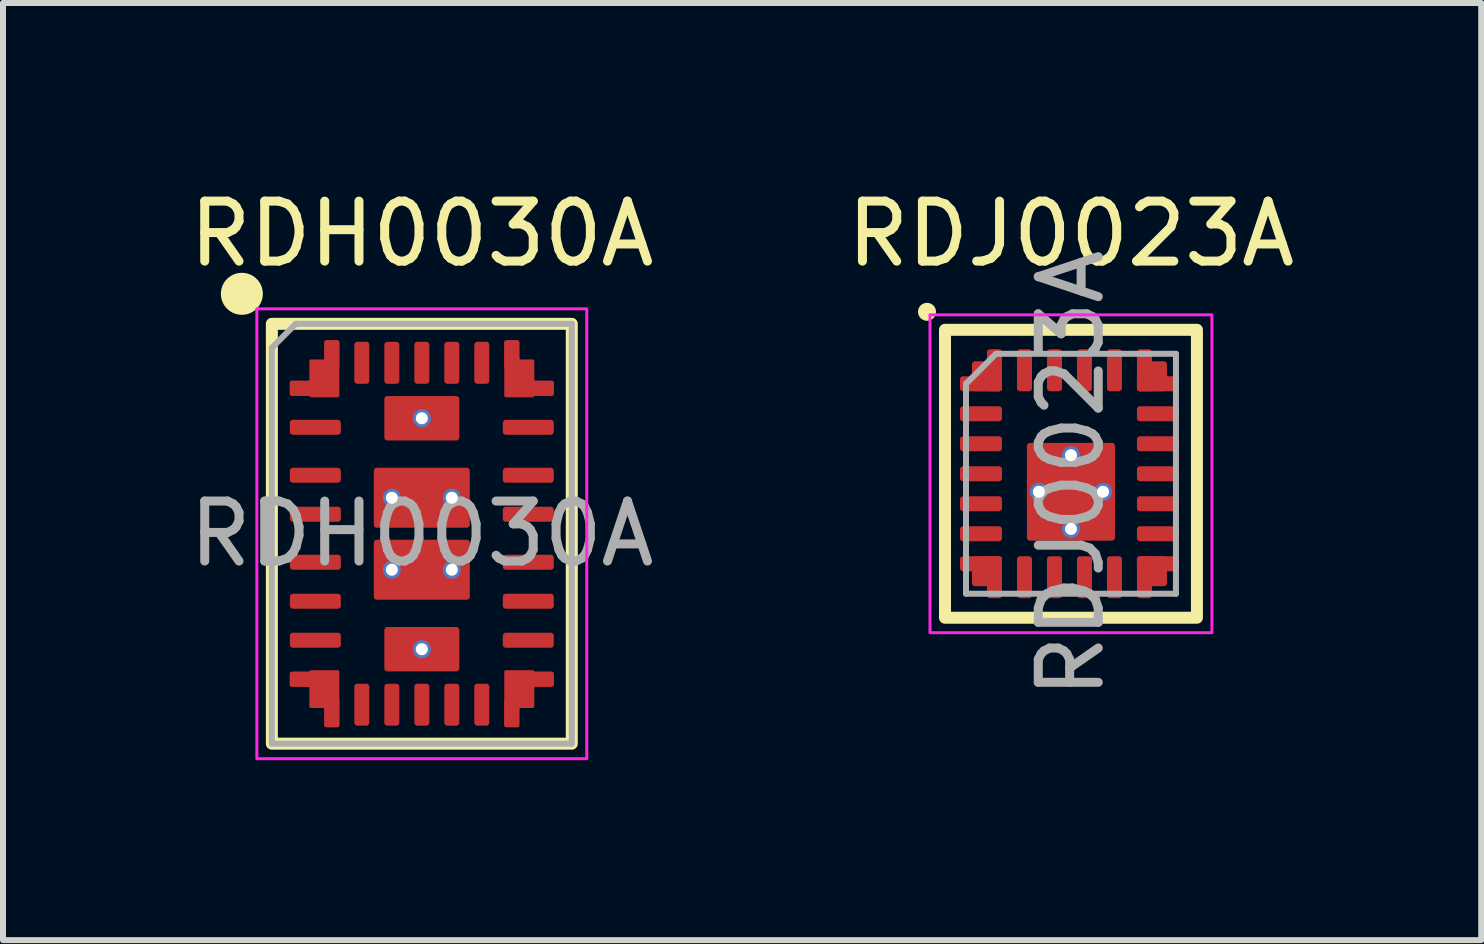
<source format=kicad_pcb>
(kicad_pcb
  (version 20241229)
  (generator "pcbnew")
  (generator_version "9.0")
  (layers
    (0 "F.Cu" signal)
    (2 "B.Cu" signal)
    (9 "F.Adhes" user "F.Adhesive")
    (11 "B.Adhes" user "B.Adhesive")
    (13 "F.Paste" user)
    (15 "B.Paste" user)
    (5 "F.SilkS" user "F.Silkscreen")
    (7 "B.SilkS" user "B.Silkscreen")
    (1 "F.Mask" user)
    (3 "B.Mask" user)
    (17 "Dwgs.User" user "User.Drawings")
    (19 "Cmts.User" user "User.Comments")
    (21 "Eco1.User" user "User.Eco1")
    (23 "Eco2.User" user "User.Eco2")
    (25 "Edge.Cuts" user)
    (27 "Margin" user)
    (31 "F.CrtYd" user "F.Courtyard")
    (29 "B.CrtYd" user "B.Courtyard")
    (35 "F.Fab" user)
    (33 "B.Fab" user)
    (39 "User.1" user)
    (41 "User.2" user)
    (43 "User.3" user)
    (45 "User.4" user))
  (footprint "RDH0030A"
    (layer "F.Cu")
    (at 3.982 5.848)
    (property "Reference" "RDH0030A" (at 0 -5 0) (unlocked yes) (layer "F.SilkS") (effects (font (size 1 1) (thickness 0.15))))
    (attr smd)
    (fp_rect (start -2.5 -3.5) (end 2.5 3.5) (stroke (width 0.2) (type default)) (fill no) (layer "F.SilkS"))
    (fp_circle (center -3 -4) (end -2.7 -4) (stroke (width 0.1) (type default)) (fill yes) (layer "F.SilkS"))
    (fp_rect (start -2.75 -3.75) (end 2.75 3.75) (stroke (width 0.05) (type default)) (fill no) (layer "F.CrtYd"))
    (fp_line (start -2.5 -3.1) (end -2.1 -3.5) (stroke (width 0.1) (type default)) (layer "F.Fab"))
    (fp_line (start -2.5 3.5) (end -2.5 -3.1) (stroke (width 0.1) (type default)) (layer "F.Fab"))
    (fp_line (start -2.1 -3.5) (end 2.5 -3.5) (stroke (width 0.1) (type default)) (layer "F.Fab"))
    (fp_line (start 2.5 -3.5) (end 2.5 3.5) (stroke (width 0.1) (type default)) (layer "F.Fab"))
    (fp_line (start 2.5 3.5) (end -2.5 3.5) (stroke (width 0.1) (type default)) (layer "F.Fab"))
    (fp_line (start -1.775 0) (end 1.775 0) (stroke (width 0.001) (type default)) (layer "User.4"))
    (fp_line (start 0 -2.85) (end 0 2.85) (stroke (width 0.001) (type default)) (layer "User.4"))
    (fp_text user "${REFERENCE}" (at 0 0 0) (unlocked yes) (layer "F.Fab") (effects (font (size 1 1) (thickness 0.15))))
    (pad "1" smd roundrect (at -1.95 -2.425) (size 0.5 0.25) (layers "F.Cu" "F.Mask" "F.Paste") (roundrect_rratio 0.2))
    (pad "1" smd custom (at -1.625 -2.59) (size 0.1 0.1) (layers "F.Cu" "F.Mask" "F.Paste") (options (anchor circle)) (primitives (gr_rect (start 0.025 -0.635) (end 0.225 0.315) (width 0.001) (fill yes)) (gr_circle (center 0.025 -0.61) (end 0 -0.61) (width 0.001) (fill yes)) (gr_circle (center 0.225 -0.61) (end 0.225 -0.635) (width 0.001) (fill yes)) (gr_circle (center 0.225 0.29) (end 0.225 0.315) (width 0.001) (fill yes)) (gr_rect (start 0.225 -0.61) (end 0.25 0.29) (width 0.001) (fill yes)) (gr_rect (start -0.575 0.065) (end 0.25 0.265) (width 0.001) (fill yes)) (gr_circle (center -0.55 0.065) (end -0.575 0.065) (width 0.001) (fill yes)) (gr_circle (center -0.55 0.265) (end -0.575 0.265) (width 0.001) (fill yes)) (gr_rect (start -0.55 0.04) (end -0.25 0.065) (width 0.001) (fill yes)) (gr_arc (start -0.25 0.015) (mid -0.257322 0.032678) (end -0.275 0.04) (width 0.001)) (gr_rect (start -0.55 0.265) (end -0.25 0.29) (width 0.001) (fill yes)) (gr_poly (pts (xy -0.25 0.015) (xy -0.25 0.02) (xy -0.255 0.03) (xy -0.257 0.033) (xy -0.26 0.035) (xy -0.27 0.04) (xy -0.27 0.045) (xy -0.245 0.045) (xy -0.245 0.015)) (width 0.001) (fill yes)) (gr_rect (start -0.25 -0.29) (end -0.225 0.29) (width 0.001) (fill yes)) (gr_circle (center -0.225 -0.29) (end -0.25 -0.29) (width 0.001) (fill yes)) (gr_circle (center -0.225 0.29) (end -0.25 0.29) (width 0.001) (fill yes)) (gr_rect (start -0.225 -0.315) (end -0.025 0.315) (width 0.001) (fill yes)) (gr_rect (start 0 -0.61) (end 0.025 0.315) (width 0.001) (fill yes)) (gr_poly (pts (xy 0 -0.34) (xy 0 -0.335) (xy -0.005 -0.325) (xy -0.007 -0.322) (xy -0.01 -0.32) (xy -0.02 -0.315) (xy -0.02 -0.31) (xy 0.005 -0.31) (xy 0.005 -0.34)) (width 0.001) (fill yes)) (gr_rect (start -0.025 -0.315) (end 0 0.315) (width 0.001) (fill yes))))
    (pad "1" smd roundrect (at -1.5 -2.975) (size 0.25 0.5) (layers "F.Cu" "F.Mask" "F.Paste") (roundrect_rratio 0.2))
    (pad "2" smd roundrect (at -1.775 -1.775) (size 0.85 0.25) (layers "F.Cu" "F.Mask" "F.Paste") (roundrect_rratio 0.2))
    (pad "3" smd roundrect (at -1.775 -0.975) (size 0.85 0.25) (layers "F.Cu" "F.Mask" "F.Paste") (roundrect_rratio 0.2))
    (pad "4" smd roundrect (at -1.775 -0.325) (size 0.85 0.25) (layers "F.Cu" "F.Mask" "F.Paste") (roundrect_rratio 0.2))
    (pad "5" smd roundrect (at -1.775 0.475) (size 0.85 0.25) (layers "F.Cu" "F.Mask" "F.Paste") (roundrect_rratio 0.2))
    (pad "6" smd roundrect (at -1.775 1.125) (size 0.85 0.25) (layers "F.Cu" "F.Mask" "F.Paste") (roundrect_rratio 0.2))
    (pad "7" smd roundrect (at -1.775 1.775) (size 0.85 0.25) (layers "F.Cu" "F.Mask" "F.Paste") (roundrect_rratio 0.2))
    (pad "8" smd roundrect (at -1.95 2.425) (size 0.5 0.25) (layers "F.Cu" "F.Mask" "F.Paste") (roundrect_rratio 0.2))
    (pad "8" smd custom (at -1.625 2.59) (size 0.1 0.1) (layers "F.Cu" "F.Mask" "F.Paste") (options (anchor circle)) (primitives (gr_rect (start 0.025 -0.315) (end 0.225 0.635) (width 0.001) (fill yes)) (gr_circle (center 0.025 0.61) (end 0 0.61) (width 0.001) (fill yes)) (gr_circle (center 0.225 0.61) (end 0.225 0.635) (width 0.001) (fill yes)) (gr_circle (center 0.225 -0.29) (end 0.225 -0.315) (width 0.001) (fill yes)) (gr_rect (start 0.225 -0.29) (end 0.25 0.61) (width 0.001) (fill yes)) (gr_rect (start -0.575 -0.265) (end 0.25 -0.065) (width 0.001) (fill yes)) (gr_circle (center -0.55 -0.065) (end -0.575 -0.065) (width 0.001) (fill yes)) (gr_circle (center -0.55 -0.265) (end -0.575 -0.265) (width 0.001) (fill yes)) (gr_rect (start -0.55 -0.065) (end -0.25 -0.04) (width 0.001) (fill yes)) (gr_arc (start -0.275 -0.04) (mid -0.257322 -0.032678) (end -0.25 -0.015) (width 0.001)) (gr_rect (start -0.55 -0.29) (end -0.25 -0.265) (width 0.001) (fill yes)) (gr_poly (pts (xy -0.25 -0.015) (xy -0.25 -0.02) (xy -0.255 -0.03) (xy -0.257 -0.033) (xy -0.26 -0.035) (xy -0.27 -0.04) (xy -0.27 -0.045) (xy -0.245 -0.045) (xy -0.245 -0.015)) (width 0.001) (fill yes)) (gr_rect (start -0.25 -0.29) (end -0.225 0.29) (width 0.001) (fill yes)) (gr_circle (center -0.225 0.29) (end -0.25 0.29) (width 0.001) (fill yes)) (gr_circle (center -0.225 -0.29) (end -0.25 -0.29) (width 0.001) (fill yes)) (gr_rect (start -0.225 -0.315) (end -0.025 0.315) (width 0.001) (fill yes)) (gr_rect (start 0 -0.315) (end 0.025 0.61) (width 0.001) (fill yes)) (gr_poly (pts (xy 0 0.34) (xy 0 0.335) (xy -0.005 0.325) (xy -0.007 0.322) (xy -0.01 0.32) (xy -0.02 0.315) (xy -0.02 0.31) (xy 0.005 0.31) (xy 0.005 0.34)) (width 0.001) (fill yes)) (gr_rect (start -0.025 -0.315) (end 0 0.315) (width 0.001) (fill yes))))
    (pad "8" smd roundrect (at -1.5 2.975) (size 0.25 0.5) (layers "F.Cu" "F.Mask" "F.Paste") (roundrect_rratio 0.2))
    (pad "9" smd roundrect (at -1 2.85) (size 0.25 0.7) (layers "F.Cu" "F.Mask" "F.Paste") (roundrect_rratio 0.2))
    (pad "10" smd roundrect (at -0.5 2.85) (size 0.25 0.7) (layers "F.Cu" "F.Mask" "F.Paste") (roundrect_rratio 0.2))
    (pad "11" smd roundrect (at 0 2.85) (size 0.25 0.7) (layers "F.Cu" "F.Mask" "F.Paste") (roundrect_rratio 0.2))
    (pad "12" smd roundrect (at 0.5 2.85) (size 0.25 0.7) (layers "F.Cu" "F.Mask" "F.Paste") (roundrect_rratio 0.2))
    (pad "13" smd roundrect (at 1 2.85) (size 0.25 0.7) (layers "F.Cu" "F.Mask" "F.Paste") (roundrect_rratio 0.2))
    (pad "14" smd roundrect (at 1.5 2.975) (size 0.25 0.5) (layers "F.Cu" "F.Mask" "F.Paste") (roundrect_rratio 0.2))
    (pad "14" smd custom (at 1.625 2.59) (size 0.1 0.1) (layers "F.Cu" "F.Mask" "F.Paste") (options (anchor circle)) (primitives (gr_rect (start -0.225 -0.315) (end -0.025 0.635) (width 0.001) (fill yes)) (gr_circle (center -0.025 0.61) (end 0 0.61) (width 0.001) (fill yes)) (gr_circle (center -0.225 0.61) (end -0.225 0.635) (width 0.001) (fill yes)) (gr_circle (center -0.225 -0.29) (end -0.225 -0.315) (width 0.001) (fill yes)) (gr_rect (start -0.25 -0.29) (end -0.225 0.61) (width 0.001) (fill yes)) (gr_rect (start -0.25 -0.265) (end 0.575 -0.065) (width 0.001) (fill yes)) (gr_circle (center 0.55 -0.065) (end 0.575 -0.065) (width 0.001) (fill yes)) (gr_circle (center 0.55 -0.265) (end 0.575 -0.265) (width 0.001) (fill yes)) (gr_rect (start 0.25 -0.065) (end 0.55 -0.04) (width 0.001) (fill yes)) (gr_arc (start 0.25 -0.015) (mid 0.257322 -0.032678) (end 0.275 -0.04) (width 0.001)) (gr_rect (start 0.25 -0.29) (end 0.55 -0.265) (width 0.001) (fill yes)) (gr_poly (pts (xy 0.25 -0.015) (xy 0.25 -0.02) (xy 0.255 -0.03) (xy 0.257 -0.033) (xy 0.26 -0.035) (xy 0.27 -0.04) (xy 0.27 -0.045) (xy 0.245 -0.045) (xy 0.245 -0.015)) (width 0.001) (fill yes)) (gr_rect (start 0.225 -0.29) (end 0.25 0.29) (width 0.001) (fill yes)) (gr_circle (center 0.225 0.29) (end 0.25 0.29) (width 0.001) (fill yes)) (gr_circle (center 0.225 -0.29) (end 0.25 -0.29) (width 0.001) (fill yes)) (gr_rect (start 0.025 -0.315) (end 0.225 0.315) (width 0.001) (fill yes)) (gr_rect (start -0.025 -0.315) (end 0 0.61) (width 0.001) (fill yes)) (gr_poly (pts (xy 0 0.34) (xy 0 0.335) (xy 0.005 0.325) (xy 0.007 0.322) (xy 0.01 0.32) (xy 0.02 0.315) (xy 0.02 0.31) (xy -0.005 0.31) (xy -0.005 0.34)) (width 0.001) (fill yes)) (gr_rect (start 0 -0.315) (end 0.025 0.315) (width 0.001) (fill yes))))
    (pad "14" smd roundrect (at 1.95 2.425) (size 0.5 0.25) (layers "F.Cu" "F.Mask" "F.Paste") (roundrect_rratio 0.2))
    (pad "15" smd roundrect (at 1.775 1.775) (size 0.85 0.25) (layers "F.Cu" "F.Mask" "F.Paste") (roundrect_rratio 0.2))
    (pad "16" smd roundrect (at 1.775 1.125) (size 0.85 0.25) (layers "F.Cu" "F.Mask" "F.Paste") (roundrect_rratio 0.2))
    (pad "17" smd roundrect (at 1.775 0.475) (size 0.85 0.25) (layers "F.Cu" "F.Mask" "F.Paste") (roundrect_rratio 0.2))
    (pad "18" smd roundrect (at 1.775 -0.325) (size 0.85 0.25) (layers "F.Cu" "F.Mask" "F.Paste") (roundrect_rratio 0.2))
    (pad "19" smd roundrect (at 1.775 -0.975) (size 0.85 0.25) (layers "F.Cu" "F.Mask" "F.Paste") (roundrect_rratio 0.2))
    (pad "20" smd roundrect (at 1.775 -1.775) (size 0.85 0.25) (layers "F.Cu" "F.Mask" "F.Paste") (roundrect_rratio 0.2))
    (pad "21" smd roundrect (at 1.5 -2.975) (size 0.25 0.5) (layers "F.Cu" "F.Mask" "F.Paste") (roundrect_rratio 0.2))
    (pad "21" smd custom (at 1.625 -2.59) (size 0.1 0.1) (layers "F.Cu" "F.Mask" "F.Paste") (options (anchor circle)) (primitives (gr_rect (start 0 -0.315) (end 0.025 0.315) (width 0.001) (fill yes)) (gr_poly (pts (xy 0 -0.34) (xy 0 -0.335) (xy 0.005 -0.325) (xy 0.007 -0.322) (xy 0.01 -0.32) (xy 0.02 -0.315) (xy 0.02 -0.31) (xy -0.005 -0.31) (xy -0.005 -0.34)) (width 0.001) (fill yes)) (gr_rect (start -0.025 -0.61) (end 0 0.315) (width 0.001) (fill yes)) (gr_rect (start 0.025 -0.315) (end 0.225 0.315) (width 0.001) (fill yes)) (gr_circle (center 0.225 0.29) (end 0.25 0.29) (width 0.001) (fill yes)) (gr_circle (center 0.225 -0.29) (end 0.25 -0.29) (width 0.001) (fill yes)) (gr_rect (start 0.225 -0.29) (end 0.25 0.29) (width 0.001) (fill yes)) (gr_poly (pts (xy 0.25 0.015) (xy 0.25 0.02) (xy 0.255 0.03) (xy 0.257 0.033) (xy 0.26 0.035) (xy 0.27 0.04) (xy 0.27 0.045) (xy 0.245 0.045) (xy 0.245 0.015)) (width 0.001) (fill yes)) (gr_rect (start 0.25 0.265) (end 0.55 0.29) (width 0.001) (fill yes)) (gr_arc (start 0.275 0.04) (mid 0.257322 0.032678) (end 0.25 0.015) (width 0.001)) (gr_rect (start 0.25 0.04) (end 0.55 0.065) (width 0.001) (fill yes)) (gr_circle (center 0.55 0.265) (end 0.575 0.265) (width 0.001) (fill yes)) (gr_circle (center 0.55 0.065) (end 0.575 0.065) (width 0.001) (fill yes)) (gr_rect (start -0.25 0.065) (end 0.575 0.265) (width 0.001) (fill yes)) (gr_rect (start -0.25 -0.61) (end -0.225 0.29) (width 0.001) (fill yes)) (gr_circle (center -0.225 0.29) (end -0.225 0.315) (width 0.001) (fill yes)) (gr_circle (center -0.225 -0.61) (end -0.225 -0.635) (width 0.001) (fill yes)) (gr_circle (center -0.025 -0.61) (end 0 -0.61) (width 0.001) (fill yes)) (gr_rect (start -0.225 -0.635) (end -0.025 0.315) (width 0.001) (fill yes))))
    (pad "21" smd roundrect (at 1.95 -2.425) (size 0.5 0.25) (layers "F.Cu" "F.Mask" "F.Paste") (roundrect_rratio 0.2))
    (pad "22" smd roundrect (at 1 -2.85) (size 0.25 0.7) (layers "F.Cu" "F.Mask" "F.Paste") (roundrect_rratio 0.2))
    (pad "23" smd roundrect (at 0.5 -2.85) (size 0.25 0.7) (layers "F.Cu" "F.Mask" "F.Paste") (roundrect_rratio 0.2))
    (pad "24" smd roundrect (at 0 -2.85) (size 0.25 0.7) (layers "F.Cu" "F.Mask" "F.Paste") (roundrect_rratio 0.2))
    (pad "25" smd roundrect (at -0.5 -2.85) (size 0.25 0.7) (layers "F.Cu" "F.Mask" "F.Paste") (roundrect_rratio 0.2))
    (pad "26" smd roundrect (at -1 -2.85) (size 0.25 0.7) (layers "F.Cu" "F.Mask" "F.Paste") (roundrect_rratio 0.2))
    (pad "27" thru_hole circle (at 0 -1.925) (size 0.3 0.3) (drill 0.2) (property pad_prop_heatsink) (layers "*.Cu" "F.Mask"))
    (pad "27" smd roundrect (at 0 -1.925) (size 1.25 0.74) (property pad_prop_heatsink) (layers "F.Cu" "F.Mask" "F.Paste") (roundrect_rratio 0.068))
    (pad "28" thru_hole circle (at -0.5 -0.6) (size 0.3 0.3) (drill 0.2) (property pad_prop_heatsink) (layers "*.Cu" "F.Mask"))
    (pad "28" smd roundrect (at 0 -0.6) (size 1.6 1) (property pad_prop_heatsink) (layers "F.Cu" "F.Mask" "F.Paste") (roundrect_rratio 0.05))
    (pad "28" thru_hole circle (at 0.5 -0.6) (size 0.3 0.3) (drill 0.2) (property pad_prop_heatsink) (layers "*.Cu" "F.Mask"))
    (pad "29" thru_hole circle (at -0.5 0.6) (size 0.3 0.3) (drill 0.2) (property pad_prop_heatsink) (layers "*.Cu" "F.Mask"))
    (pad "29" smd roundrect (at 0 0.6) (size 1.6 1) (property pad_prop_heatsink) (layers "F.Cu" "F.Mask" "F.Paste") (roundrect_rratio 0.05))
    (pad "29" thru_hole circle (at 0.5 0.6) (size 0.3 0.3) (drill 0.2) (property pad_prop_heatsink) (layers "*.Cu" "F.Mask"))
    (pad "30" thru_hole circle (at 0 1.925) (size 0.3 0.3) (drill 0.2) (property pad_prop_heatsink) (layers "*.Cu" "F.Mask"))
    (pad "30" smd roundrect (at 0 1.925) (size 1.25 0.74) (property pad_prop_heatsink) (layers "F.Cu" "F.Mask" "F.Paste") (roundrect_rratio 0.068)))
  (footprint "RDJ0023A"
    (layer "F.Cu")
    (at 14.804 4.848)
    (property "Reference" "RDJ0023A" (at 0 -4 0) (unlocked yes) (layer "F.SilkS") (effects (font (size 1 1) (thickness 0.15))))
    (attr smd)
    (fp_rect (start -2.1 -2.4) (end 2.1 2.4) (stroke (width 0.2) (type default)) (fill no) (layer "F.SilkS"))
    (fp_circle (center -2.4 -2.7) (end -2.3 -2.7) (stroke (width 0.1) (type default)) (fill yes) (layer "F.SilkS"))
    (fp_rect (start -2.35 -2.65) (end 2.35 2.65) (stroke (width 0.05) (type default)) (fill no) (layer "F.CrtYd"))
    (fp_line (start -1.75 -1.5) (end -1.75 2) (stroke (width 0.1) (type default)) (layer "F.Fab"))
    (fp_line (start -1.75 -1.5) (end -1.25 -2) (stroke (width 0.1) (type default)) (layer "F.Fab"))
    (fp_line (start -1.25 -2) (end 1.75 -2) (stroke (width 0.1) (type default)) (layer "F.Fab"))
    (fp_line (start 1.75 -2) (end 1.75 2) (stroke (width 0.1) (type default)) (layer "F.Fab"))
    (fp_line (start 1.75 2) (end -1.75 2) (stroke (width 0.1) (type default)) (layer "F.Fab"))
    (fp_text user "${REFERENCE}" (at 0 0 90) (unlocked yes) (layer "F.Fab") (effects (font (size 1 1) (thickness 0.15))))
    (pad "1" smd roundrect (at -1.5 -1.5) (size 0.7 0.25) (layers "F.Cu" "F.Mask" "F.Paste") (roundrect_rratio 0.2))
    (pad "1" smd roundrect (at -1.4 -1.625 90) (size 0.5 0.5) (layers "F.Cu" "F.Mask" "F.Paste") (roundrect_rratio 0.1))
    (pad "1" smd roundrect (at -1.275 -1.725 90) (size 0.7 0.25) (layers "F.Cu" "F.Mask" "F.Paste") (roundrect_rratio 0.2))
    (pad "2" smd roundrect (at -1.5 -1) (size 0.7 0.25) (layers "F.Cu" "F.Mask" "F.Paste") (roundrect_rratio 0.2))
    (pad "3" smd roundrect (at -1.5 -0.5) (size 0.7 0.25) (layers "F.Cu" "F.Mask" "F.Paste") (roundrect_rratio 0.2))
    (pad "4" smd roundrect (at -1.5 0) (size 0.7 0.25) (layers "F.Cu" "F.Mask" "F.Paste") (roundrect_rratio 0.2))
    (pad "5" smd roundrect (at -1.5 0.5) (size 0.7 0.25) (layers "F.Cu" "F.Mask" "F.Paste") (roundrect_rratio 0.2))
    (pad "6" smd roundrect (at -1.5 1) (size 0.7 0.25) (layers "F.Cu" "F.Mask" "F.Paste") (roundrect_rratio 0.2))
    (pad "7" smd roundrect (at -1.5 1.5 180) (size 0.7 0.25) (layers "F.Cu" "F.Mask" "F.Paste") (roundrect_rratio 0.2))
    (pad "7" smd roundrect (at -1.4 1.625 180) (size 0.5 0.5) (layers "F.Cu" "F.Mask" "F.Paste") (roundrect_rratio 0.1))
    (pad "7" smd roundrect (at -1.275 1.725 90) (size 0.7 0.25) (layers "F.Cu" "F.Mask" "F.Paste") (roundrect_rratio 0.2))
    (pad "8" smd roundrect (at -0.775 1.725 90) (size 0.7 0.25) (layers "F.Cu" "F.Mask" "F.Paste") (roundrect_rratio 0.2))
    (pad "9" smd roundrect (at -0.275 1.725 90) (size 0.7 0.25) (layers "F.Cu" "F.Mask" "F.Paste") (roundrect_rratio 0.2))
    (pad "10" smd roundrect (at 0.225 1.725 90) (size 0.7 0.25) (layers "F.Cu" "F.Mask" "F.Paste") (roundrect_rratio 0.2))
    (pad "11" smd roundrect (at 0.725 1.725 90) (size 0.7 0.25) (layers "F.Cu" "F.Mask" "F.Paste") (roundrect_rratio 0.2))
    (pad "12" smd roundrect (at 1.225 1.725 270) (size 0.7 0.25) (layers "F.Cu" "F.Mask" "F.Paste") (roundrect_rratio 0.2))
    (pad "12" smd roundrect (at 1.35 1.625 270) (size 0.5 0.5) (layers "F.Cu" "F.Mask" "F.Paste") (roundrect_rratio 0.1))
    (pad "12" smd roundrect (at 1.45 1.5 180) (size 0.7 0.25) (layers "F.Cu" "F.Mask" "F.Paste") (roundrect_rratio 0.2))
    (pad "13" smd roundrect (at 1.45 1) (size 0.7 0.25) (layers "F.Cu" "F.Mask" "F.Paste") (roundrect_rratio 0.2))
    (pad "14" smd roundrect (at 1.45 0.5) (size 0.7 0.25) (layers "F.Cu" "F.Mask" "F.Paste") (roundrect_rratio 0.2))
    (pad "15" smd roundrect (at 1.45 0) (size 0.7 0.25) (layers "F.Cu" "F.Mask" "F.Paste") (roundrect_rratio 0.2))
    (pad "16" smd roundrect (at 1.45 -0.5) (size 0.7 0.25) (layers "F.Cu" "F.Mask" "F.Paste") (roundrect_rratio 0.2))
    (pad "17" smd roundrect (at 1.45 -1) (size 0.7 0.25) (layers "F.Cu" "F.Mask" "F.Paste") (roundrect_rratio 0.2))
    (pad "18" smd roundrect (at 1.225 -1.725 270) (size 0.7 0.25) (layers "F.Cu" "F.Mask" "F.Paste") (roundrect_rratio 0.2))
    (pad "18" smd roundrect (at 1.35 -1.625) (size 0.5 0.5) (layers "F.Cu" "F.Mask" "F.Paste") (roundrect_rratio 0.1))
    (pad "18" smd roundrect (at 1.45 -1.5) (size 0.7 0.25) (layers "F.Cu" "F.Mask" "F.Paste") (roundrect_rratio 0.2))
    (pad "19" smd roundrect (at 0.725 -1.725 90) (size 0.7 0.25) (layers "F.Cu" "F.Mask" "F.Paste") (roundrect_rratio 0.2))
    (pad "20" smd roundrect (at 0.225 -1.725 90) (size 0.7 0.25) (layers "F.Cu" "F.Mask" "F.Paste") (roundrect_rratio 0.2))
    (pad "21" smd roundrect (at -0.275 -1.725 90) (size 0.7 0.25) (layers "F.Cu" "F.Mask" "F.Paste") (roundrect_rratio 0.2))
    (pad "22" smd roundrect (at -0.775 -1.725 90) (size 0.7 0.25) (layers "F.Cu" "F.Mask" "F.Paste") (roundrect_rratio 0.2))
    (pad "23" thru_hole circle (at -0.535 0.3) (size 0.3 0.3) (drill 0.2) (property pad_prop_heatsink) (layers "*.Cu" "F.Mask"))
    (pad "23" thru_hole circle (at 0 -0.31) (size 0.3 0.3) (drill 0.2) (property pad_prop_heatsink) (layers "*.Cu" "F.Mask"))
    (pad "23" smd roundrect (at 0 0.3) (size 1.47 1.63) (property pad_prop_heatsink) (layers "F.Cu" "F.Mask" "F.Paste") (roundrect_rratio 0.034))
    (pad "23" thru_hole circle (at 0 0.92) (size 0.3 0.3) (drill 0.2) (property pad_prop_heatsink) (layers "*.Cu" "F.Mask"))
    (pad "23" thru_hole circle (at 0.535 0.3) (size 0.3 0.3) (drill 0.2) (property pad_prop_heatsink) (layers "*.Cu" "F.Mask")))
  (gr_rect
    (start -3 -3)
    (end 21.643 12.623)
    (stroke (width 0.1) (type default))
    (fill no)
    (layer "Edge.Cuts")))
</source>
